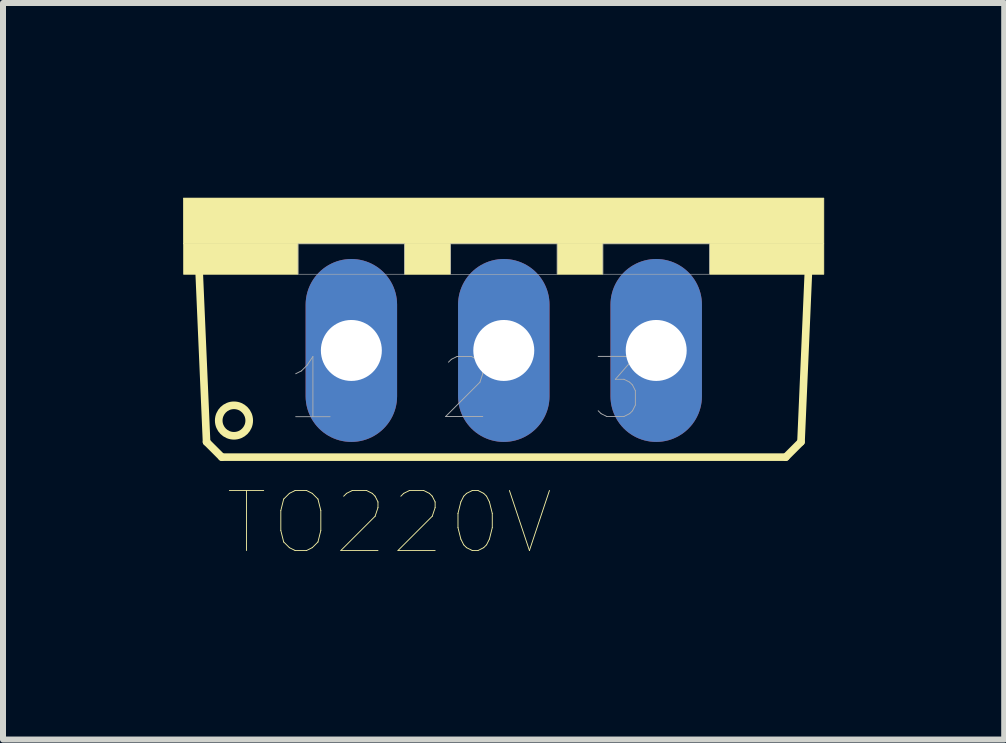
<source format=kicad_pcb>
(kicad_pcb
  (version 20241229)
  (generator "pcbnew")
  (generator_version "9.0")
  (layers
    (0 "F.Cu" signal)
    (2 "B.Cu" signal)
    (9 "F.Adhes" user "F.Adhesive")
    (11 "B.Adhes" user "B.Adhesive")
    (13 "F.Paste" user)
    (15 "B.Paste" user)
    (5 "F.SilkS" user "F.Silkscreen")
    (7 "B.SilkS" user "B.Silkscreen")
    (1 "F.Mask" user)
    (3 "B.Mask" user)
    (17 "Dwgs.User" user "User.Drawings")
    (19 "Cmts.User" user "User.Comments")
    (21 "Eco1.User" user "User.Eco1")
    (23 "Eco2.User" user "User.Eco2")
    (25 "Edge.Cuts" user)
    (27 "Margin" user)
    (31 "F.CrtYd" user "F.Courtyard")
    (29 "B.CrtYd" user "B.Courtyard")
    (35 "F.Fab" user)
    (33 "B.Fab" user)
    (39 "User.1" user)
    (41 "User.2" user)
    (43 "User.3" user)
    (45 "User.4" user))
  (footprint "TO220V"
    (layer "F.Cu")
    (at 5.345 0.25)
    (property "Reference" "TO220V" (at -1.906 5.412 0) (layer "F.SilkS") (effects (font (size 1 1) (thickness 0.015))))
    (attr through_hole)
    (fp_line (start -4.953 4.064) (end -5.08 1.143) (stroke (width 0.127) (type solid)) (layer "F.SilkS"))
    (fp_line (start -4.953 4.064) (end -4.699 4.318) (stroke (width 0.127) (type solid)) (layer "F.SilkS"))
    (fp_line (start 4.699 4.318) (end -4.699 4.318) (stroke (width 0.127) (type solid)) (layer "F.SilkS"))
    (fp_line (start 4.699 4.318) (end 4.953 4.064) (stroke (width 0.127) (type solid)) (layer "F.SilkS"))
    (fp_line (start 5.08 1.143) (end 4.953 4.064) (stroke (width 0.127) (type solid)) (layer "F.SilkS"))
    (fp_circle (center -4.496 3.708) (end -4.242 3.708) (stroke (width 0.127) (type solid)) (fill no) (layer "F.SilkS"))
    (fp_poly (pts (xy -5.34 0) (xy 5.334 0) (xy 5.334 0.763) (xy -5.34 0.763)) (stroke (width 0.01) (type solid)) (fill yes) (layer "F.SilkS"))
    (fp_poly (pts (xy -5.337 0.762) (xy -3.429 0.762) (xy -3.429 1.271) (xy -5.337 1.271)) (stroke (width 0.01) (type solid)) (fill yes) (layer "F.SilkS"))
    (fp_poly (pts (xy -1.654 0.762) (xy -0.889 0.762) (xy -0.889 1.272) (xy -1.654 1.272)) (stroke (width 0.01) (type solid)) (fill yes) (layer "F.SilkS"))
    (fp_poly (pts (xy 0.89 0.762) (xy 1.651 0.762) (xy 1.651 1.271) (xy 0.89 1.271)) (stroke (width 0.01) (type solid)) (fill yes) (layer "F.SilkS"))
    (fp_poly (pts (xy 3.432 0.762) (xy 5.334 0.762) (xy 5.334 1.271) (xy 3.432 1.271)) (stroke (width 0.01) (type solid)) (fill yes) (layer "F.SilkS"))
    (fp_poly (pts (xy -3.429 0.762) (xy -1.651 0.762) (xy -1.651 1.27) (xy -3.429 1.27)) (stroke (width 0.01) (type solid)) (fill no) (layer "F.Fab"))
    (fp_poly (pts (xy -0.889 0.762) (xy 0.889 0.762) (xy 0.889 1.271) (xy -0.889 1.271)) (stroke (width 0.01) (type solid)) (fill no) (layer "F.Fab"))
    (fp_poly (pts (xy 1.651 0.762) (xy 3.429 0.762) (xy 3.429 1.27) (xy 1.651 1.27)) (stroke (width 0.01) (type solid)) (fill no) (layer "F.Fab"))
    (fp_text user "1" (at -3.181 3.181 0) (layer "F.Fab") (effects (font (size 1.002 1.002) (thickness 0.015))))
    (fp_text user "2" (at -0.636 3.179 0) (layer "F.Fab") (effects (font (size 1.001 1.001) (thickness 0.015))))
    (fp_text user "3" (at 1.907 3.178 0) (layer "F.Fab") (effects (font (size 1.001 1.001) (thickness 0.015))))
    (pad "1" thru_hole oval (at -2.54 2.54) (size 1.524 3.048) (drill 1.016) (layers "*.Cu" "*.Mask"))
    (pad "2" thru_hole oval (at 0 2.54) (size 1.524 3.048) (drill 1.016) (layers "*.Cu" "*.Mask"))
    (pad "3" thru_hole oval (at 2.54 2.54) (size 1.524 3.048) (drill 1.016) (layers "*.Cu" "*.Mask")))
  (gr_rect
    (start -3 -3)
    (end 13.684 9.274)
    (stroke (width 0.1) (type default))
    (fill no)
    (layer "Edge.Cuts")))
</source>
